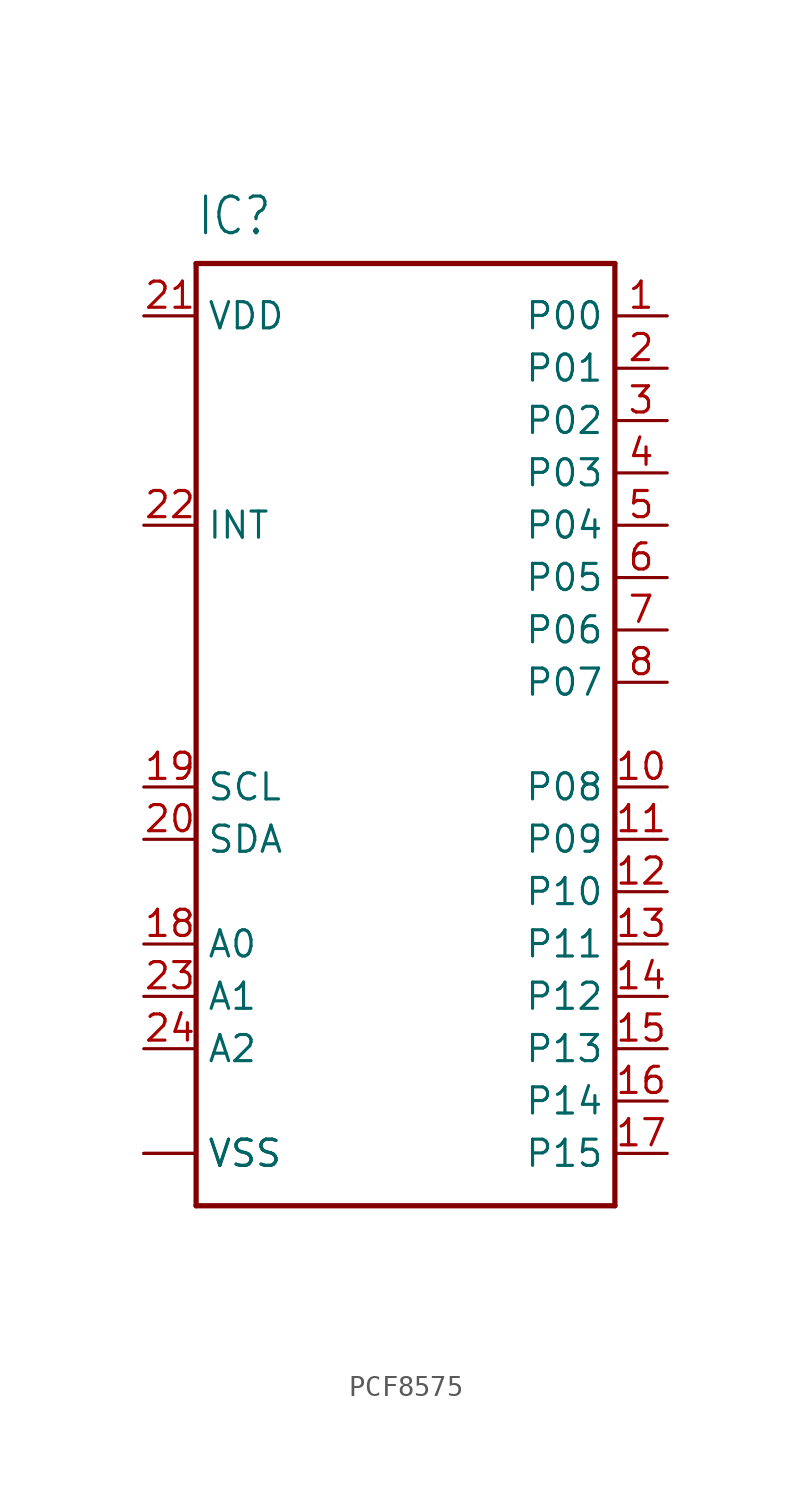
<source format=kicad_sym>
(kicad_symbol_lib
  (version 20220914)
  (generator kicad_symbol_editor)
  (symbol "PCF8575"
    (property "Reference" "IC"
      (at -10.16 24.13 0)
      (effects (font (size 1.778 1.511)) (justify left bottom)))
    (property "Value" ""
      (at -10.16 -25.4 0)
      (effects (font (size 1.778 1.511)) (justify left bottom)))
    (property "ki_locked" ""
      (at 0 0 0)
      (effects (font (size 1.27 1.27))))
    (symbol "PCF8575_1_0"
      (polyline (pts (xy -10.16 -22.86) (xy -10.16 22.86)) (stroke (width 0.254) (type solid)) (fill (type none)))
      (polyline (pts (xy -10.16 22.86) (xy 10.16 22.86)) (stroke (width 0.254) (type solid)) (fill (type none)))
      (polyline (pts (xy 10.16 -22.86) (xy -10.16 -22.86)) (stroke (width 0.254) (type solid)) (fill (type none)))
      (polyline (pts (xy 10.16 22.86) (xy 10.16 -22.86)) (stroke (width 0.254) (type solid)) (fill (type none)))
      (pin bidirectional line (at 12.7 20.32 180) (length 2.54) (name "P00" (effects (font (size 1.27 1.27)))) (number "1" (effects (font (size 1.27 1.27)))))
      (pin bidirectional line (at 12.7 -2.54 180) (length 2.54) (name "P08" (effects (font (size 1.27 1.27)))) (number "10" (effects (font (size 1.27 1.27)))))
      (pin bidirectional line (at 12.7 -5.08 180) (length 2.54) (name "P09" (effects (font (size 1.27 1.27)))) (number "11" (effects (font (size 1.27 1.27)))))
      (pin bidirectional line (at 12.7 -7.62 180) (length 2.54) (name "P10" (effects (font (size 1.27 1.27)))) (number "12" (effects (font (size 1.27 1.27)))))
      (pin bidirectional line (at 12.7 -10.16 180) (length 2.54) (name "P11" (effects (font (size 1.27 1.27)))) (number "13" (effects (font (size 1.27 1.27)))))
      (pin bidirectional line (at 12.7 -12.7 180) (length 2.54) (name "P12" (effects (font (size 1.27 1.27)))) (number "14" (effects (font (size 1.27 1.27)))))
      (pin bidirectional line (at 12.7 -15.24 180) (length 2.54) (name "P13" (effects (font (size 1.27 1.27)))) (number "15" (effects (font (size 1.27 1.27)))))
      (pin bidirectional line (at 12.7 -17.78 180) (length 2.54) (name "P14" (effects (font (size 1.27 1.27)))) (number "16" (effects (font (size 1.27 1.27)))))
      (pin bidirectional line (at 12.7 -20.32 180) (length 2.54) (name "P15" (effects (font (size 1.27 1.27)))) (number "17" (effects (font (size 1.27 1.27)))))
      (pin input line (at -12.7 -10.16 0) (length 2.54) (name "A0" (effects (font (size 1.27 1.27)))) (number "18" (effects (font (size 1.27 1.27)))))
      (pin input line (at -12.7 -2.54 0) (length 2.54) (name "SCL" (effects (font (size 1.27 1.27)))) (number "19" (effects (font (size 1.27 1.27)))))
      (pin bidirectional line (at 12.7 17.78 180) (length 2.54) (name "P01" (effects (font (size 1.27 1.27)))) (number "2" (effects (font (size 1.27 1.27)))))
      (pin bidirectional line (at -12.7 -5.08 0) (length 2.54) (name "SDA" (effects (font (size 1.27 1.27)))) (number "20" (effects (font (size 1.27 1.27)))))
      (pin power_in line (at -12.7 20.32 0) (length 2.54) (name "VDD" (effects (font (size 1.27 1.27)))) (number "21" (effects (font (size 1.27 1.27)))))
      (pin output line (at -12.7 10.16 0) (length 2.54) (name "INT" (effects (font (size 1.27 1.27)))) (number "22" (effects (font (size 1.27 1.27)))))
      (pin input line (at -12.7 -12.7 0) (length 2.54) (name "A1" (effects (font (size 1.27 1.27)))) (number "23" (effects (font (size 1.27 1.27)))))
      (pin input line (at -12.7 -15.24 0) (length 2.54) (name "A2" (effects (font (size 1.27 1.27)))) (number "24" (effects (font (size 1.27 1.27)))))
      (pin bidirectional line (at 12.7 15.24 180) (length 2.54) (name "P02" (effects (font (size 1.27 1.27)))) (number "3" (effects (font (size 1.27 1.27)))))
      (pin bidirectional line (at 12.7 12.7 180) (length 2.54) (name "P03" (effects (font (size 1.27 1.27)))) (number "4" (effects (font (size 1.27 1.27)))))
      (pin bidirectional line (at 12.7 10.16 180) (length 2.54) (name "P04" (effects (font (size 1.27 1.27)))) (number "5" (effects (font (size 1.27 1.27)))))
      (pin bidirectional line (at 12.7 7.62 180) (length 2.54) (name "P05" (effects (font (size 1.27 1.27)))) (number "6" (effects (font (size 1.27 1.27)))))
      (pin bidirectional line (at 12.7 5.08 180) (length 2.54) (name "P06" (effects (font (size 1.27 1.27)))) (number "7" (effects (font (size 1.27 1.27)))))
      (pin bidirectional line (at 12.7 2.54 180) (length 2.54) (name "P07" (effects (font (size 1.27 1.27)))) (number "8" (effects (font (size 1.27 1.27)))))
      (pin power_in line (at -12.7 -20.32 0) (length 2.54) (name "VSS" (effects (font (size 1.27 1.27)))) (number "9" (effects (font (size 0 0)))))
      (pin power_in line (at -12.7 -20.32 0) (length 2.54) (name "VSS" (effects (font (size 1.27 1.27)))) (number "THERM" (effects (font (size 0 0))))))))
</source>
